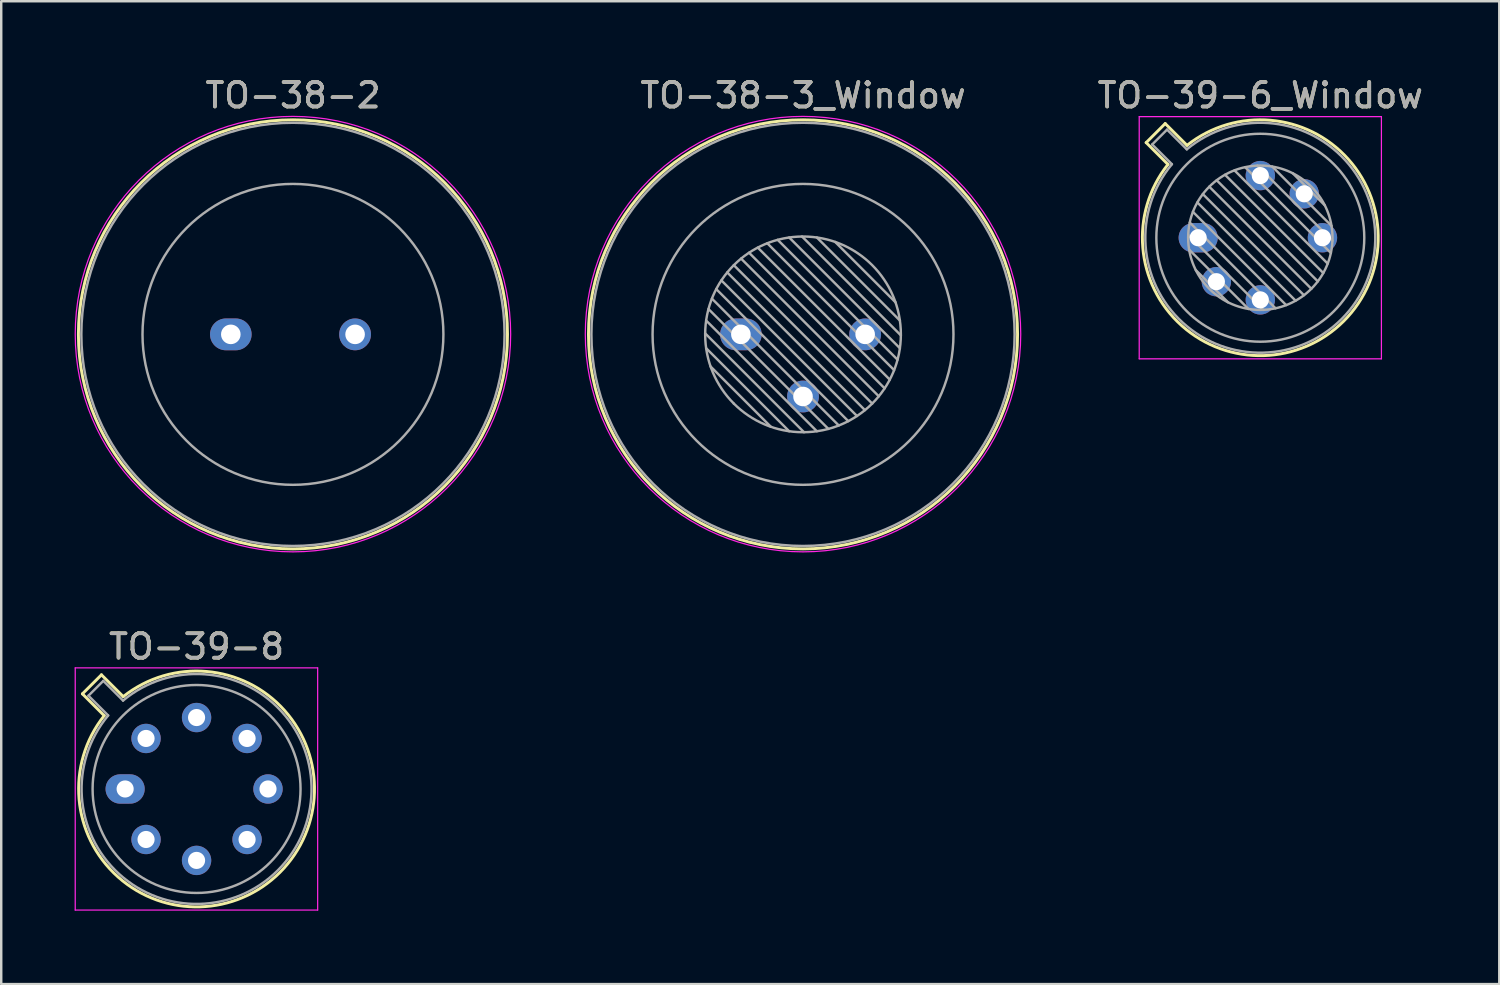
<source format=kicad_pcb>
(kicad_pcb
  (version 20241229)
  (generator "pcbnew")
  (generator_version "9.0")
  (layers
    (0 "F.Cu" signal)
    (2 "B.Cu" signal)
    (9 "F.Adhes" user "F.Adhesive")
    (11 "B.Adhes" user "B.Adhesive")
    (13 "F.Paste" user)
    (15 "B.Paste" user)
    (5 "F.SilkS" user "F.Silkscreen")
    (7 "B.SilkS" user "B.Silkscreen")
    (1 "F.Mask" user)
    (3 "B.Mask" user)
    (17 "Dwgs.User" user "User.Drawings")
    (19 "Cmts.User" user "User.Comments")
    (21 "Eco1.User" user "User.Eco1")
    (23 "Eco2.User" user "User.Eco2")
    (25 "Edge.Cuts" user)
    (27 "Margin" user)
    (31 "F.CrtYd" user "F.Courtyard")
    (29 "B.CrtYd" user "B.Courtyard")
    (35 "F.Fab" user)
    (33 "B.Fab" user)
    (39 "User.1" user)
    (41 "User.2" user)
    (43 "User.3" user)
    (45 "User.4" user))
  (footprint "TO-38-2"
    (layer "F.Cu")
    (at 6.385 10.618)
    (property "Reference" "TO-38-2" (at 2.54 -9.77 0) (layer "F.SilkS") (effects (font (size 1 1) (thickness 0.15))))
    (attr through_hole)
    (fp_circle (center 2.54 0) (end 11.31 0) (stroke (width 0.12) (type solid)) (fill no) (layer "F.SilkS"))
    (fp_circle (center 2.54 -0.01) (end 11.44 -0.01) (stroke (width 0.05) (type solid)) (fill no) (layer "F.CrtYd"))
    (fp_circle (center 2.54 0) (end 8.69 0) (stroke (width 0.1) (type solid)) (fill no) (layer "F.Fab"))
    (fp_circle (center 2.54 0) (end 11.19 0) (stroke (width 0.1) (type solid)) (fill no) (layer "F.Fab"))
    (fp_text user "${REFERENCE}" (at 2.54 -9.77 0) (layer "F.Fab") (effects (font (size 1 1) (thickness 0.15))))
    (pad "1" thru_hole oval (at 0 0) (size 1.7 1.3) (drill 0.8) (layers "*.Cu" "*.Mask"))
    (pad "2" thru_hole oval (at 5.08 0) (size 1.3 1.3) (drill 0.8) (layers "*.Cu" "*.Mask")))
  (footprint "TO-39-6_Window"
    (layer "F.Cu")
    (at 45.928 6.668)
    (property "Reference" "TO-39-6_Window" (at 2.54 -5.82 0) (layer "F.SilkS") (effects (font (size 1 1) (thickness 0.15))))
    (attr through_hole)
    (fp_line (start -2.126 -3.888) (end -1.235 -2.997) (stroke (width 0.12) (type solid)) (layer "F.SilkS"))
    (fp_line (start -1.348 -4.666) (end -2.126 -3.888) (stroke (width 0.12) (type solid)) (layer "F.SilkS"))
    (fp_line (start -0.457 -3.775) (end -1.348 -4.666) (stroke (width 0.12) (type solid)) (layer "F.SilkS"))
    (fp_arc (start -0.457084 -3.774902) (mid 5.948125 3.408384) (end -1.234674 -2.997371) (stroke (width 0.12) (type solid)) (layer "F.SilkS"))
    (fp_line (start -2.41 -4.95) (end -2.41 4.95) (stroke (width 0.05) (type solid)) (layer "F.CrtYd"))
    (fp_line (start -2.41 4.95) (end 7.49 4.95) (stroke (width 0.05) (type solid)) (layer "F.CrtYd"))
    (fp_line (start 7.49 -4.95) (end -2.41 -4.95) (stroke (width 0.05) (type solid)) (layer "F.CrtYd"))
    (fp_line (start 7.49 4.95) (end 7.49 -4.95) (stroke (width 0.05) (type solid)) (layer "F.CrtYd"))
    (fp_line (start -1.88 -3.812) (end -1.074 -3.005) (stroke (width 0.1) (type solid)) (layer "F.Fab"))
    (fp_line (start -1.272 -4.42) (end -1.88 -3.812) (stroke (width 0.1) (type solid)) (layer "F.Fab"))
    (fp_line (start -0.465 -3.614) (end -1.272 -4.42) (stroke (width 0.1) (type solid)) (layer "F.Fab"))
    (fp_line (start -0.408 -0.12) (end 2.66 2.948) (stroke (width 0.1) (type solid)) (layer "F.Fab"))
    (fp_line (start -0.371 0.485) (end 2.055 2.911) (stroke (width 0.1) (type solid)) (layer "F.Fab"))
    (fp_line (start -0.344 -0.622) (end 3.162 2.884) (stroke (width 0.1) (type solid)) (layer "F.Fab"))
    (fp_line (start -0.215 -1.058) (end 3.598 2.755) (stroke (width 0.1) (type solid)) (layer "F.Fab"))
    (fp_line (start -0.097 1.324) (end 1.216 2.637) (stroke (width 0.1) (type solid)) (layer "F.Fab"))
    (fp_line (start -0.034 -1.443) (end 3.983 2.574) (stroke (width 0.1) (type solid)) (layer "F.Fab"))
    (fp_line (start 0.19 -1.784) (end 4.324 2.35) (stroke (width 0.1) (type solid)) (layer "F.Fab"))
    (fp_line (start 0.454 -2.086) (end 4.626 2.086) (stroke (width 0.1) (type solid)) (layer "F.Fab"))
    (fp_line (start 0.756 -2.35) (end 4.89 1.784) (stroke (width 0.1) (type solid)) (layer "F.Fab"))
    (fp_line (start 1.097 -2.574) (end 5.114 1.443) (stroke (width 0.1) (type solid)) (layer "F.Fab"))
    (fp_line (start 1.482 -2.755) (end 5.295 1.058) (stroke (width 0.1) (type solid)) (layer "F.Fab"))
    (fp_line (start 1.918 -2.884) (end 5.424 0.622) (stroke (width 0.1) (type solid)) (layer "F.Fab"))
    (fp_line (start 2.42 -2.948) (end 5.488 0.12) (stroke (width 0.1) (type solid)) (layer "F.Fab"))
    (fp_line (start 3.025 -2.911) (end 5.451 -0.485) (stroke (width 0.1) (type solid)) (layer "F.Fab"))
    (fp_line (start 3.864 -2.637) (end 5.177 -1.324) (stroke (width 0.1) (type solid)) (layer "F.Fab"))
    (fp_arc (start -0.465408 -3.61352) (mid 5.863443 3.323361) (end -1.073594 -3.005319) (stroke (width 0.1) (type solid)) (layer "F.Fab"))
    (fp_circle (center 2.54 0) (end 5.49 0) (stroke (width 0.1) (type solid)) (fill no) (layer "F.Fab"))
    (fp_circle (center 2.54 0) (end 6.79 0) (stroke (width 0.1) (type solid)) (fill no) (layer "F.Fab"))
    (fp_text user "${REFERENCE}" (at 2.54 -5.82 0) (layer "F.Fab") (effects (font (size 1 1) (thickness 0.15))))
    (pad "1" thru_hole oval (at 0 0) (size 1.6 1.2) (drill 0.7) (layers "*.Cu" "*.Mask"))
    (pad "2" thru_hole oval (at 0.744 1.796) (size 1.2 1.2) (drill 0.7) (layers "*.Cu" "*.Mask"))
    (pad "3" thru_hole oval (at 2.54 2.54) (size 1.2 1.2) (drill 0.7) (layers "*.Cu" "*.Mask"))
    (pad "4" thru_hole oval (at 5.08 0) (size 1.2 1.2) (drill 0.7) (layers "*.Cu" "*.Mask"))
    (pad "5" thru_hole oval (at 4.336 -1.796) (size 1.2 1.2) (drill 0.7) (layers "*.Cu" "*.Mask"))
    (pad "6" thru_hole oval (at 2.54 -2.54) (size 1.2 1.2) (drill 0.7) (layers "*.Cu" "*.Mask")))
  (footprint "TO-38-3_Window"
    (layer "F.Cu")
    (at 27.235 10.618)
    (property "Reference" "TO-38-3_Window" (at 2.54 -9.77 0) (layer "F.SilkS") (effects (font (size 1 1) (thickness 0.15))))
    (attr through_hole)
    (fp_circle (center 2.54 0) (end 11.31 0) (stroke (width 0.12) (type solid)) (fill no) (layer "F.SilkS"))
    (fp_circle (center 2.54 -0.01) (end 11.44 -0.01) (stroke (width 0.05) (type solid)) (fill no) (layer "F.CrtYd"))
    (fp_line (start -1.46 -0.041) (end 2.581 4) (stroke (width 0.1) (type solid)) (layer "F.Fab"))
    (fp_line (start -1.42 -0.566) (end 3.106 3.96) (stroke (width 0.1) (type solid)) (layer "F.Fab"))
    (fp_line (start -1.42 0.566) (end 1.974 3.96) (stroke (width 0.1) (type solid)) (layer "F.Fab"))
    (fp_line (start -1.324 -1.036) (end 3.576 3.864) (stroke (width 0.1) (type solid)) (layer "F.Fab"))
    (fp_line (start -1.239 1.313) (end 1.227 3.779) (stroke (width 0.1) (type solid)) (layer "F.Fab"))
    (fp_line (start -1.184 -1.461) (end 4.001 3.724) (stroke (width 0.1) (type solid)) (layer "F.Fab"))
    (fp_line (start -1.007 -1.85) (end 4.39 3.547) (stroke (width 0.1) (type solid)) (layer "F.Fab"))
    (fp_line (start -0.797 -2.206) (end 4.746 3.337) (stroke (width 0.1) (type solid)) (layer "F.Fab"))
    (fp_line (start -0.558 -2.532) (end 5.072 3.098) (stroke (width 0.1) (type solid)) (layer "F.Fab"))
    (fp_line (start -0.289 -2.829) (end 5.369 2.829) (stroke (width 0.1) (type solid)) (layer "F.Fab"))
    (fp_line (start -0.289 2.829) (end -0.289 2.829) (stroke (width 0.1) (type solid)) (layer "F.Fab"))
    (fp_line (start 0.008 -3.098) (end 5.638 2.532) (stroke (width 0.1) (type solid)) (layer "F.Fab"))
    (fp_line (start 0.334 -3.337) (end 5.877 2.206) (stroke (width 0.1) (type solid)) (layer "F.Fab"))
    (fp_line (start 0.69 -3.547) (end 6.087 1.85) (stroke (width 0.1) (type solid)) (layer "F.Fab"))
    (fp_line (start 1.079 -3.724) (end 6.264 1.461) (stroke (width 0.1) (type solid)) (layer "F.Fab"))
    (fp_line (start 1.504 -3.864) (end 6.404 1.036) (stroke (width 0.1) (type solid)) (layer "F.Fab"))
    (fp_line (start 1.974 -3.96) (end 6.5 0.566) (stroke (width 0.1) (type solid)) (layer "F.Fab"))
    (fp_line (start 2.499 -4) (end 6.54 0.041) (stroke (width 0.1) (type solid)) (layer "F.Fab"))
    (fp_line (start 3.106 -3.96) (end 6.5 -0.566) (stroke (width 0.1) (type solid)) (layer "F.Fab"))
    (fp_line (start 3.853 -3.779) (end 6.319 -1.313) (stroke (width 0.1) (type solid)) (layer "F.Fab"))
    (fp_circle (center 2.54 0) (end 6.54 0) (stroke (width 0.1) (type solid)) (fill no) (layer "F.Fab"))
    (fp_circle (center 2.54 0) (end 8.69 0) (stroke (width 0.1) (type solid)) (fill no) (layer "F.Fab"))
    (fp_circle (center 2.54 0) (end 11.19 0) (stroke (width 0.1) (type solid)) (fill no) (layer "F.Fab"))
    (fp_text user "${REFERENCE}" (at 2.54 -9.77 0) (layer "F.Fab") (effects (font (size 1 1) (thickness 0.15))))
    (pad "1" thru_hole oval (at 0 0) (size 1.7 1.3) (drill 0.8) (layers "*.Cu" "*.Mask"))
    (pad "2" thru_hole oval (at 2.54 2.54) (size 1.3 1.3) (drill 0.8) (layers "*.Cu" "*.Mask"))
    (pad "3" thru_hole oval (at 5.08 0) (size 1.3 1.3) (drill 0.8) (layers "*.Cu" "*.Mask")))
  (footprint "TO-39-8"
    (layer "F.Cu")
    (at 2.065 29.201)
    (property "Reference" "TO-39-8" (at 2.92 -5.82 0) (layer "F.SilkS") (effects (font (size 1 1) (thickness 0.15))))
    (attr through_hole)
    (fp_line (start -1.746 -3.888) (end -0.855 -2.997) (stroke (width 0.12) (type solid)) (layer "F.SilkS"))
    (fp_line (start -0.968 -4.666) (end -1.746 -3.888) (stroke (width 0.12) (type solid)) (layer "F.SilkS"))
    (fp_line (start -0.077 -3.775) (end -0.968 -4.666) (stroke (width 0.12) (type solid)) (layer "F.SilkS"))
    (fp_arc (start -0.077084 -3.774902) (mid 6.328125 3.408384) (end -0.854674 -2.997371) (stroke (width 0.12) (type solid)) (layer "F.SilkS"))
    (fp_line (start -2.04 -4.95) (end -2.04 4.95) (stroke (width 0.05) (type solid)) (layer "F.CrtYd"))
    (fp_line (start -2.04 4.95) (end 7.87 4.95) (stroke (width 0.05) (type solid)) (layer "F.CrtYd"))
    (fp_line (start 7.87 -4.95) (end -2.04 -4.95) (stroke (width 0.05) (type solid)) (layer "F.CrtYd"))
    (fp_line (start 7.87 4.95) (end 7.87 -4.95) (stroke (width 0.05) (type solid)) (layer "F.CrtYd"))
    (fp_line (start -1.5 -3.812) (end -0.694 -3.005) (stroke (width 0.1) (type solid)) (layer "F.Fab"))
    (fp_line (start -0.892 -4.42) (end -1.5 -3.812) (stroke (width 0.1) (type solid)) (layer "F.Fab"))
    (fp_line (start -0.085 -3.614) (end -0.892 -4.42) (stroke (width 0.1) (type solid)) (layer "F.Fab"))
    (fp_arc (start -0.085408 -3.61352) (mid 6.243443 3.323361) (end -0.693594 -3.005319) (stroke (width 0.1) (type solid)) (layer "F.Fab"))
    (fp_circle (center 2.92 0) (end 7.17 0) (stroke (width 0.1) (type solid)) (fill no) (layer "F.Fab"))
    (fp_text user "${REFERENCE}" (at 2.92 -5.82 0) (layer "F.Fab") (effects (font (size 1 1) (thickness 0.15))))
    (pad "1" thru_hole oval (at 0 0) (size 1.6 1.2) (drill 0.7) (layers "*.Cu" "*.Mask"))
    (pad "2" thru_hole oval (at 0.855 2.065) (size 1.2 1.2) (drill 0.7) (layers "*.Cu" "*.Mask"))
    (pad "3" thru_hole oval (at 2.92 2.92) (size 1.2 1.2) (drill 0.7) (layers "*.Cu" "*.Mask"))
    (pad "4" thru_hole oval (at 4.985 2.065) (size 1.2 1.2) (drill 0.7) (layers "*.Cu" "*.Mask"))
    (pad "5" thru_hole oval (at 5.84 0) (size 1.2 1.2) (drill 0.7) (layers "*.Cu" "*.Mask"))
    (pad "6" thru_hole oval (at 4.985 -2.065) (size 1.2 1.2) (drill 0.7) (layers "*.Cu" "*.Mask"))
    (pad "7" thru_hole oval (at 2.92 -2.92) (size 1.2 1.2) (drill 0.7) (layers "*.Cu" "*.Mask"))
    (pad "8" thru_hole oval (at 0.855 -2.065) (size 1.2 1.2) (drill 0.7) (layers "*.Cu" "*.Mask")))
  (gr_rect
    (start -3 -3)
    (end 58.236 37.176)
    (stroke (width 0.1) (type default))
    (fill no)
    (layer "Edge.Cuts")))
</source>
